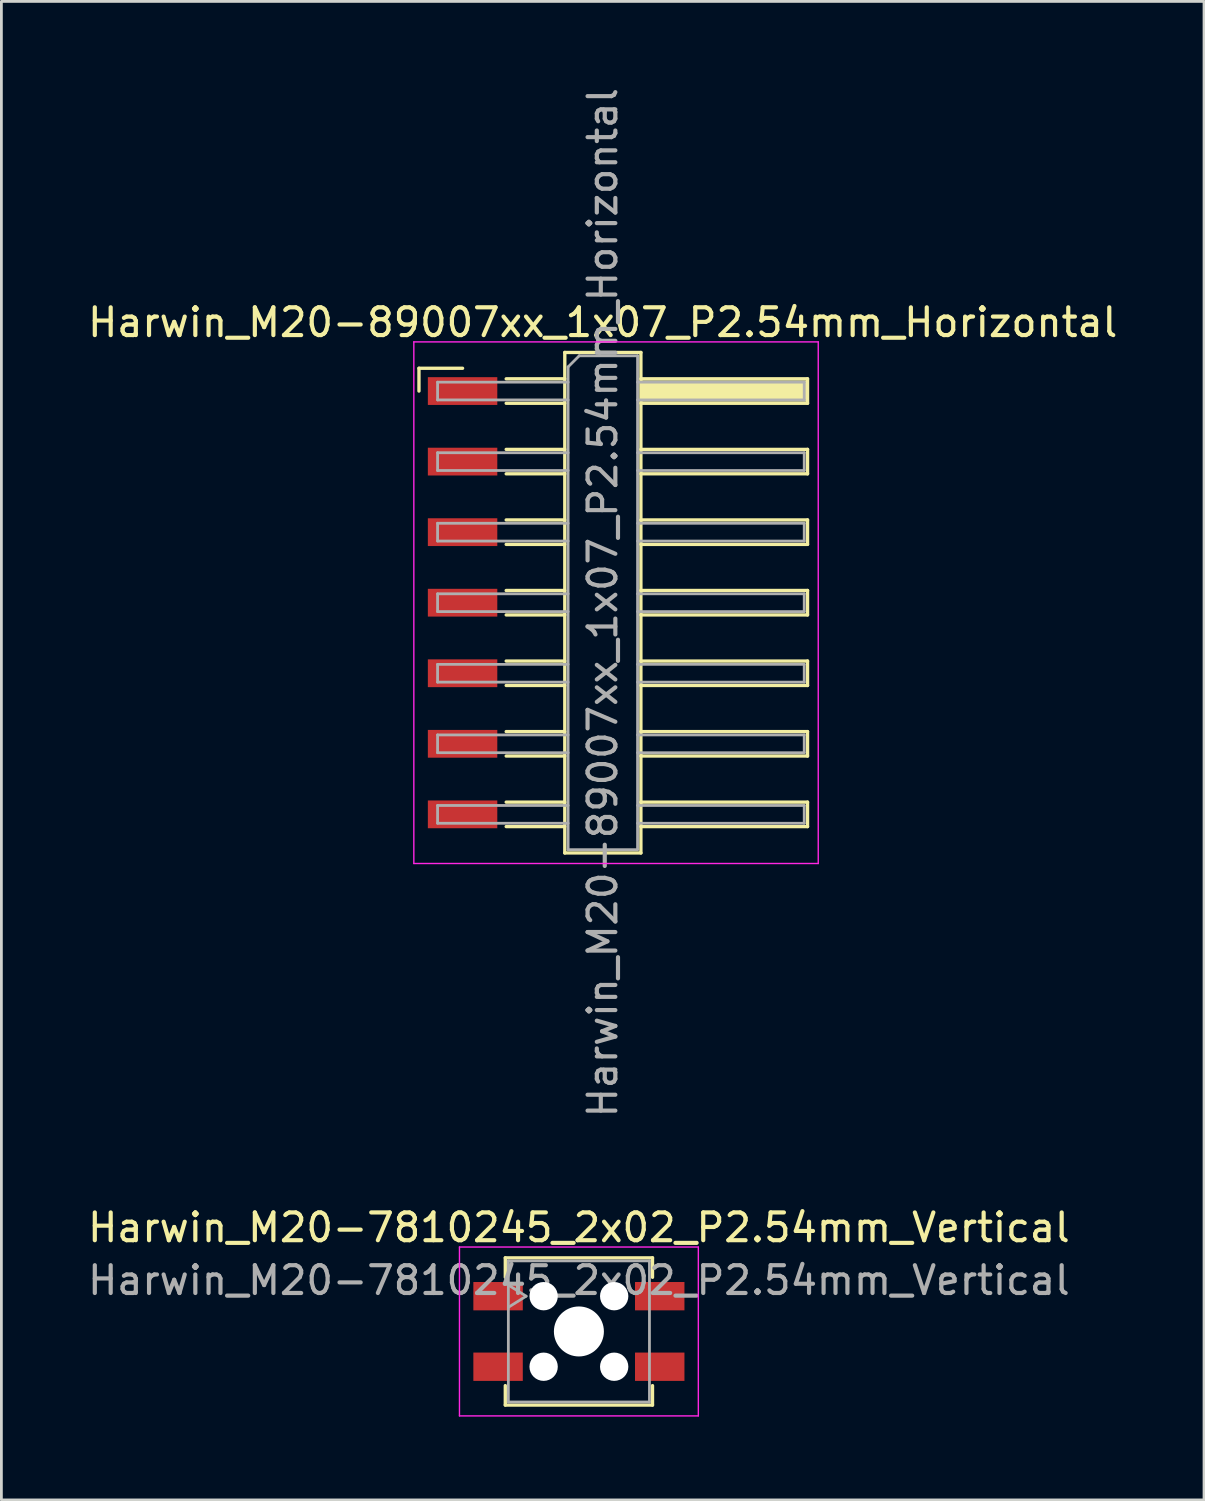
<source format=kicad_pcb>
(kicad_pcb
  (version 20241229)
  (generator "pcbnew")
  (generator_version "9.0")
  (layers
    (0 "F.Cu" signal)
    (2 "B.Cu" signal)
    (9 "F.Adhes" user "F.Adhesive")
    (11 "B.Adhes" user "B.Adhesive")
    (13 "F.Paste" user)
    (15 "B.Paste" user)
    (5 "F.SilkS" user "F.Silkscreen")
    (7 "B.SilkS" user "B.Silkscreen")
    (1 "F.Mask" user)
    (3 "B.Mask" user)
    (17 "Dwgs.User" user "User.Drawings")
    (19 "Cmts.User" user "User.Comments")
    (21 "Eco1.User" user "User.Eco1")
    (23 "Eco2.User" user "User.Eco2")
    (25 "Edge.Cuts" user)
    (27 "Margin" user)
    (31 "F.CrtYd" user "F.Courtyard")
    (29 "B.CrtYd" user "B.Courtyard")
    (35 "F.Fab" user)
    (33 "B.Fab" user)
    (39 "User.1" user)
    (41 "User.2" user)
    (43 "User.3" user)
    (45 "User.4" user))
  (footprint "Harwin_M20-7810245_2x02_P2.54mm_Vertical"
    (layer "F.Cu")
    (at 17.792 44.886)
    (property "Reference" "Harwin_M20-7810245_2x02_P2.54mm_Vertical" (at 0 -3.74 0) (layer "F.SilkS") (effects (font (size 1 1) (thickness 0.15))))
    (attr smd)
    (fp_line (start -2.65 -2.65) (end 2.65 -2.65) (stroke (width 0.12) (type solid)) (layer "F.SilkS"))
    (fp_line (start -2.65 -1.95) (end -2.65 -2.65) (stroke (width 0.12) (type solid)) (layer "F.SilkS"))
    (fp_line (start -2.65 1.95) (end -2.65 2.65) (stroke (width 0.12) (type solid)) (layer "F.SilkS"))
    (fp_line (start -2.65 2.65) (end 2.65 2.65) (stroke (width 0.12) (type solid)) (layer "F.SilkS"))
    (fp_line (start 2.65 -2.65) (end 2.65 -1.95) (stroke (width 0.12) (type solid)) (layer "F.SilkS"))
    (fp_line (start 2.65 2.65) (end 2.65 1.95) (stroke (width 0.12) (type solid)) (layer "F.SilkS"))
    (fp_line (start -4.3 -3.04) (end 4.3 -3.04) (stroke (width 0.05) (type solid)) (layer "F.CrtYd"))
    (fp_line (start -4.3 3.04) (end -4.3 -3.04) (stroke (width 0.05) (type solid)) (layer "F.CrtYd"))
    (fp_line (start 4.3 -3.04) (end 4.3 3.04) (stroke (width 0.05) (type solid)) (layer "F.CrtYd"))
    (fp_line (start 4.3 3.04) (end -4.3 3.04) (stroke (width 0.05) (type solid)) (layer "F.CrtYd"))
    (fp_line (start -2.54 -2.54) (end 2.54 -2.54) (stroke (width 0.1) (type solid)) (layer "F.Fab"))
    (fp_line (start -2.54 -1.67) (end -1.9 -1.27) (stroke (width 0.1) (type solid)) (layer "F.Fab"))
    (fp_line (start -2.54 2.54) (end -2.54 -2.54) (stroke (width 0.1) (type solid)) (layer "F.Fab"))
    (fp_line (start -1.9 -1.27) (end -2.54 -0.87) (stroke (width 0.1) (type solid)) (layer "F.Fab"))
    (fp_line (start 2.54 -2.54) (end 2.54 2.54) (stroke (width 0.1) (type solid)) (layer "F.Fab"))
    (fp_line (start 2.54 2.54) (end -2.54 2.54) (stroke (width 0.1) (type solid)) (layer "F.Fab"))
    (fp_text user "${REFERENCE}" (at 0 -1.84 0) (layer "F.Fab") (effects (font (size 1 1) (thickness 0.15))))
    (pad "" np_thru_hole circle (at -1.27 -1.27) (size 1.02 1.02) (drill 1.02) (layers "*.Cu" "*.Mask"))
    (pad "" np_thru_hole circle (at -1.27 1.27) (size 1.02 1.02) (drill 1.02) (layers "*.Cu" "*.Mask"))
    (pad "" np_thru_hole circle (at 0 0) (size 1.8 1.8) (drill 1.8) (layers "*.Cu" "*.Mask"))
    (pad "" np_thru_hole circle (at 1.27 -1.27) (size 1.02 1.02) (drill 1.02) (layers "*.Cu" "*.Mask"))
    (pad "" np_thru_hole circle (at 1.27 1.27) (size 1.02 1.02) (drill 1.02) (layers "*.Cu" "*.Mask"))
    (pad "1" smd rect (at -2.91 -1.27) (size 1.78 1.02) (layers "F.Cu" "F.Mask" "F.Paste"))
    (pad "2" smd rect (at -2.91 1.27) (size 1.78 1.02) (layers "F.Cu" "F.Mask" "F.Paste"))
    (pad "3" smd rect (at 2.91 -1.27) (size 1.78 1.02) (layers "F.Cu" "F.Mask" "F.Paste"))
    (pad "4" smd rect (at 2.91 1.27) (size 1.78 1.02) (layers "F.Cu" "F.Mask" "F.Paste")))
  (footprint "Harwin_M20-89007xx_1x07_P2.54mm_Horizontal"
    (layer "F.Cu")
    (at 19.129 18.649)
    (property "Reference" "Harwin_M20-89007xx_1x07_P2.54mm_Horizontal" (at -0.48 -10.09 0) (layer "F.SilkS") (effects (font (size 1 1) (thickness 0.15))))
    (attr smd)
    (fp_line (start -7.095 -8.44) (end -5.525 -8.44) (stroke (width 0.12) (type solid)) (layer "F.SilkS"))
    (fp_line (start -7.095 -7.62) (end -7.095 -8.44) (stroke (width 0.12) (type solid)) (layer "F.SilkS"))
    (fp_line (start -3.955 -8.06) (end -1.845 -8.06) (stroke (width 0.12) (type solid)) (layer "F.SilkS"))
    (fp_line (start -3.955 -7.18) (end -1.845 -7.18) (stroke (width 0.12) (type solid)) (layer "F.SilkS"))
    (fp_line (start -3.955 -5.52) (end -1.845 -5.52) (stroke (width 0.12) (type solid)) (layer "F.SilkS"))
    (fp_line (start -3.955 -4.64) (end -1.845 -4.64) (stroke (width 0.12) (type solid)) (layer "F.SilkS"))
    (fp_line (start -3.955 -2.98) (end -1.845 -2.98) (stroke (width 0.12) (type solid)) (layer "F.SilkS"))
    (fp_line (start -3.955 -2.1) (end -1.845 -2.1) (stroke (width 0.12) (type solid)) (layer "F.SilkS"))
    (fp_line (start -3.955 -0.44) (end -1.845 -0.44) (stroke (width 0.12) (type solid)) (layer "F.SilkS"))
    (fp_line (start -3.955 0.44) (end -1.845 0.44) (stroke (width 0.12) (type solid)) (layer "F.SilkS"))
    (fp_line (start -3.955 2.1) (end -1.845 2.1) (stroke (width 0.12) (type solid)) (layer "F.SilkS"))
    (fp_line (start -3.955 2.98) (end -1.845 2.98) (stroke (width 0.12) (type solid)) (layer "F.SilkS"))
    (fp_line (start -3.955 4.64) (end -1.845 4.64) (stroke (width 0.12) (type solid)) (layer "F.SilkS"))
    (fp_line (start -3.955 5.52) (end -1.845 5.52) (stroke (width 0.12) (type solid)) (layer "F.SilkS"))
    (fp_line (start -3.955 7.18) (end -1.845 7.18) (stroke (width 0.12) (type solid)) (layer "F.SilkS"))
    (fp_line (start -3.955 8.06) (end -1.845 8.06) (stroke (width 0.12) (type solid)) (layer "F.SilkS"))
    (fp_line (start -1.845 -9.01) (end 0.895 -9.01) (stroke (width 0.12) (type solid)) (layer "F.SilkS"))
    (fp_line (start -1.845 9.01) (end -1.845 -9.01) (stroke (width 0.12) (type solid)) (layer "F.SilkS"))
    (fp_line (start 0.895 -9.01) (end 0.895 9.01) (stroke (width 0.12) (type solid)) (layer "F.SilkS"))
    (fp_line (start 0.895 -8.06) (end 6.895 -8.06) (stroke (width 0.12) (type solid)) (layer "F.SilkS"))
    (fp_line (start 0.895 -5.52) (end 6.895 -5.52) (stroke (width 0.12) (type solid)) (layer "F.SilkS"))
    (fp_line (start 0.895 -2.98) (end 6.895 -2.98) (stroke (width 0.12) (type solid)) (layer "F.SilkS"))
    (fp_line (start 0.895 -0.44) (end 6.895 -0.44) (stroke (width 0.12) (type solid)) (layer "F.SilkS"))
    (fp_line (start 0.895 2.1) (end 6.895 2.1) (stroke (width 0.12) (type solid)) (layer "F.SilkS"))
    (fp_line (start 0.895 4.64) (end 6.895 4.64) (stroke (width 0.12) (type solid)) (layer "F.SilkS"))
    (fp_line (start 0.895 7.18) (end 6.895 7.18) (stroke (width 0.12) (type solid)) (layer "F.SilkS"))
    (fp_line (start 0.895 9.01) (end -1.845 9.01) (stroke (width 0.12) (type solid)) (layer "F.SilkS"))
    (fp_line (start 6.895 -8.06) (end 6.895 -7.18) (stroke (width 0.12) (type solid)) (layer "F.SilkS"))
    (fp_line (start 6.895 -7.18) (end 0.895 -7.18) (stroke (width 0.12) (type solid)) (layer "F.SilkS"))
    (fp_line (start 6.895 -5.52) (end 6.895 -4.64) (stroke (width 0.12) (type solid)) (layer "F.SilkS"))
    (fp_line (start 6.895 -4.64) (end 0.895 -4.64) (stroke (width 0.12) (type solid)) (layer "F.SilkS"))
    (fp_line (start 6.895 -2.98) (end 6.895 -2.1) (stroke (width 0.12) (type solid)) (layer "F.SilkS"))
    (fp_line (start 6.895 -2.1) (end 0.895 -2.1) (stroke (width 0.12) (type solid)) (layer "F.SilkS"))
    (fp_line (start 6.895 -0.44) (end 6.895 0.44) (stroke (width 0.12) (type solid)) (layer "F.SilkS"))
    (fp_line (start 6.895 0.44) (end 0.895 0.44) (stroke (width 0.12) (type solid)) (layer "F.SilkS"))
    (fp_line (start 6.895 2.1) (end 6.895 2.98) (stroke (width 0.12) (type solid)) (layer "F.SilkS"))
    (fp_line (start 6.895 2.98) (end 0.895 2.98) (stroke (width 0.12) (type solid)) (layer "F.SilkS"))
    (fp_line (start 6.895 4.64) (end 6.895 5.52) (stroke (width 0.12) (type solid)) (layer "F.SilkS"))
    (fp_line (start 6.895 5.52) (end 0.895 5.52) (stroke (width 0.12) (type solid)) (layer "F.SilkS"))
    (fp_line (start 6.895 7.18) (end 6.895 8.06) (stroke (width 0.12) (type solid)) (layer "F.SilkS"))
    (fp_line (start 6.895 8.06) (end 0.895 8.06) (stroke (width 0.12) (type solid)) (layer "F.SilkS"))
    (fp_line (start -7.28 -9.39) (end 7.28 -9.39) (stroke (width 0.05) (type solid)) (layer "F.CrtYd"))
    (fp_line (start -7.28 9.39) (end -7.28 -9.39) (stroke (width 0.05) (type solid)) (layer "F.CrtYd"))
    (fp_line (start 7.28 -9.39) (end 7.28 9.39) (stroke (width 0.05) (type solid)) (layer "F.CrtYd"))
    (fp_line (start 7.28 9.39) (end -7.28 9.39) (stroke (width 0.05) (type solid)) (layer "F.CrtYd"))
    (fp_line (start -6.425 -7.94) (end -6.425 -7.3) (stroke (width 0.1) (type solid)) (layer "F.Fab"))
    (fp_line (start -6.425 -7.3) (end -1.725 -7.3) (stroke (width 0.1) (type solid)) (layer "F.Fab"))
    (fp_line (start -6.425 -5.4) (end -6.425 -4.76) (stroke (width 0.1) (type solid)) (layer "F.Fab"))
    (fp_line (start -6.425 -4.76) (end -1.725 -4.76) (stroke (width 0.1) (type solid)) (layer "F.Fab"))
    (fp_line (start -6.425 -2.86) (end -6.425 -2.22) (stroke (width 0.1) (type solid)) (layer "F.Fab"))
    (fp_line (start -6.425 -2.22) (end -1.725 -2.22) (stroke (width 0.1) (type solid)) (layer "F.Fab"))
    (fp_line (start -6.425 -0.32) (end -6.425 0.32) (stroke (width 0.1) (type solid)) (layer "F.Fab"))
    (fp_line (start -6.425 0.32) (end -1.725 0.32) (stroke (width 0.1) (type solid)) (layer "F.Fab"))
    (fp_line (start -6.425 2.22) (end -6.425 2.86) (stroke (width 0.1) (type solid)) (layer "F.Fab"))
    (fp_line (start -6.425 2.86) (end -1.725 2.86) (stroke (width 0.1) (type solid)) (layer "F.Fab"))
    (fp_line (start -6.425 4.76) (end -6.425 5.4) (stroke (width 0.1) (type solid)) (layer "F.Fab"))
    (fp_line (start -6.425 5.4) (end -1.725 5.4) (stroke (width 0.1) (type solid)) (layer "F.Fab"))
    (fp_line (start -6.425 7.3) (end -6.425 7.94) (stroke (width 0.1) (type solid)) (layer "F.Fab"))
    (fp_line (start -6.425 7.94) (end -1.725 7.94) (stroke (width 0.1) (type solid)) (layer "F.Fab"))
    (fp_line (start -1.725 -8.49) (end -1.325 -8.89) (stroke (width 0.1) (type solid)) (layer "F.Fab"))
    (fp_line (start -1.725 -7.94) (end -6.425 -7.94) (stroke (width 0.1) (type solid)) (layer "F.Fab"))
    (fp_line (start -1.725 -5.4) (end -6.425 -5.4) (stroke (width 0.1) (type solid)) (layer "F.Fab"))
    (fp_line (start -1.725 -2.86) (end -6.425 -2.86) (stroke (width 0.1) (type solid)) (layer "F.Fab"))
    (fp_line (start -1.725 -0.32) (end -6.425 -0.32) (stroke (width 0.1) (type solid)) (layer "F.Fab"))
    (fp_line (start -1.725 2.22) (end -6.425 2.22) (stroke (width 0.1) (type solid)) (layer "F.Fab"))
    (fp_line (start -1.725 4.76) (end -6.425 4.76) (stroke (width 0.1) (type solid)) (layer "F.Fab"))
    (fp_line (start -1.725 7.3) (end -6.425 7.3) (stroke (width 0.1) (type solid)) (layer "F.Fab"))
    (fp_line (start -1.725 8.89) (end -1.725 -8.49) (stroke (width 0.1) (type solid)) (layer "F.Fab"))
    (fp_line (start -1.325 -8.89) (end 0.775 -8.89) (stroke (width 0.1) (type solid)) (layer "F.Fab"))
    (fp_line (start 0.775 -8.89) (end 0.775 8.89) (stroke (width 0.1) (type solid)) (layer "F.Fab"))
    (fp_line (start 0.775 -7.94) (end 6.775 -7.94) (stroke (width 0.1) (type solid)) (layer "F.Fab"))
    (fp_line (start 0.775 -5.4) (end 6.775 -5.4) (stroke (width 0.1) (type solid)) (layer "F.Fab"))
    (fp_line (start 0.775 -2.86) (end 6.775 -2.86) (stroke (width 0.1) (type solid)) (layer "F.Fab"))
    (fp_line (start 0.775 -0.32) (end 6.775 -0.32) (stroke (width 0.1) (type solid)) (layer "F.Fab"))
    (fp_line (start 0.775 2.22) (end 6.775 2.22) (stroke (width 0.1) (type solid)) (layer "F.Fab"))
    (fp_line (start 0.775 4.76) (end 6.775 4.76) (stroke (width 0.1) (type solid)) (layer "F.Fab"))
    (fp_line (start 0.775 7.3) (end 6.775 7.3) (stroke (width 0.1) (type solid)) (layer "F.Fab"))
    (fp_line (start 0.775 8.89) (end -1.725 8.89) (stroke (width 0.1) (type solid)) (layer "F.Fab"))
    (fp_line (start 6.775 -7.94) (end 6.775 -7.3) (stroke (width 0.1) (type solid)) (layer "F.Fab"))
    (fp_line (start 6.775 -7.3) (end 0.775 -7.3) (stroke (width 0.1) (type solid)) (layer "F.Fab"))
    (fp_line (start 6.775 -5.4) (end 6.775 -4.76) (stroke (width 0.1) (type solid)) (layer "F.Fab"))
    (fp_line (start 6.775 -4.76) (end 0.775 -4.76) (stroke (width 0.1) (type solid)) (layer "F.Fab"))
    (fp_line (start 6.775 -2.86) (end 6.775 -2.22) (stroke (width 0.1) (type solid)) (layer "F.Fab"))
    (fp_line (start 6.775 -2.22) (end 0.775 -2.22) (stroke (width 0.1) (type solid)) (layer "F.Fab"))
    (fp_line (start 6.775 -0.32) (end 6.775 0.32) (stroke (width 0.1) (type solid)) (layer "F.Fab"))
    (fp_line (start 6.775 0.32) (end 0.775 0.32) (stroke (width 0.1) (type solid)) (layer "F.Fab"))
    (fp_line (start 6.775 2.22) (end 6.775 2.86) (stroke (width 0.1) (type solid)) (layer "F.Fab"))
    (fp_line (start 6.775 2.86) (end 0.775 2.86) (stroke (width 0.1) (type solid)) (layer "F.Fab"))
    (fp_line (start 6.775 4.76) (end 6.775 5.4) (stroke (width 0.1) (type solid)) (layer "F.Fab"))
    (fp_line (start 6.775 5.4) (end 0.775 5.4) (stroke (width 0.1) (type solid)) (layer "F.Fab"))
    (fp_line (start 6.775 7.3) (end 6.775 7.94) (stroke (width 0.1) (type solid)) (layer "F.Fab"))
    (fp_line (start 6.775 7.94) (end 0.775 7.94) (stroke (width 0.1) (type solid)) (layer "F.Fab"))
    (fp_text user "${REFERENCE}" (at -0.48 0 90) (layer "F.Fab") (effects (font (size 1 1) (thickness 0.15))))
    (pad "" smd rect (at 3.895 -7.62) (size 6 0.76) (layers "F.SilkS"))
    (pad "1" smd rect (at -5.525 -7.62) (size 2.5 1) (layers "F.Cu" "F.Mask" "F.Paste"))
    (pad "2" smd rect (at -5.525 -5.08) (size 2.5 1) (layers "F.Cu" "F.Mask" "F.Paste"))
    (pad "3" smd rect (at -5.525 -2.54) (size 2.5 1) (layers "F.Cu" "F.Mask" "F.Paste"))
    (pad "4" smd rect (at -5.525 0) (size 2.5 1) (layers "F.Cu" "F.Mask" "F.Paste"))
    (pad "5" smd rect (at -5.525 2.54) (size 2.5 1) (layers "F.Cu" "F.Mask" "F.Paste"))
    (pad "6" smd rect (at -5.525 5.08) (size 2.5 1) (layers "F.Cu" "F.Mask" "F.Paste"))
    (pad "7" smd rect (at -5.525 7.62) (size 2.5 1) (layers "F.Cu" "F.Mask" "F.Paste")))
  (gr_rect
    (start -3 -3)
    (end 40.298 50.951)
    (stroke (width 0.1) (type default))
    (fill no)
    (layer "Edge.Cuts")))
</source>
